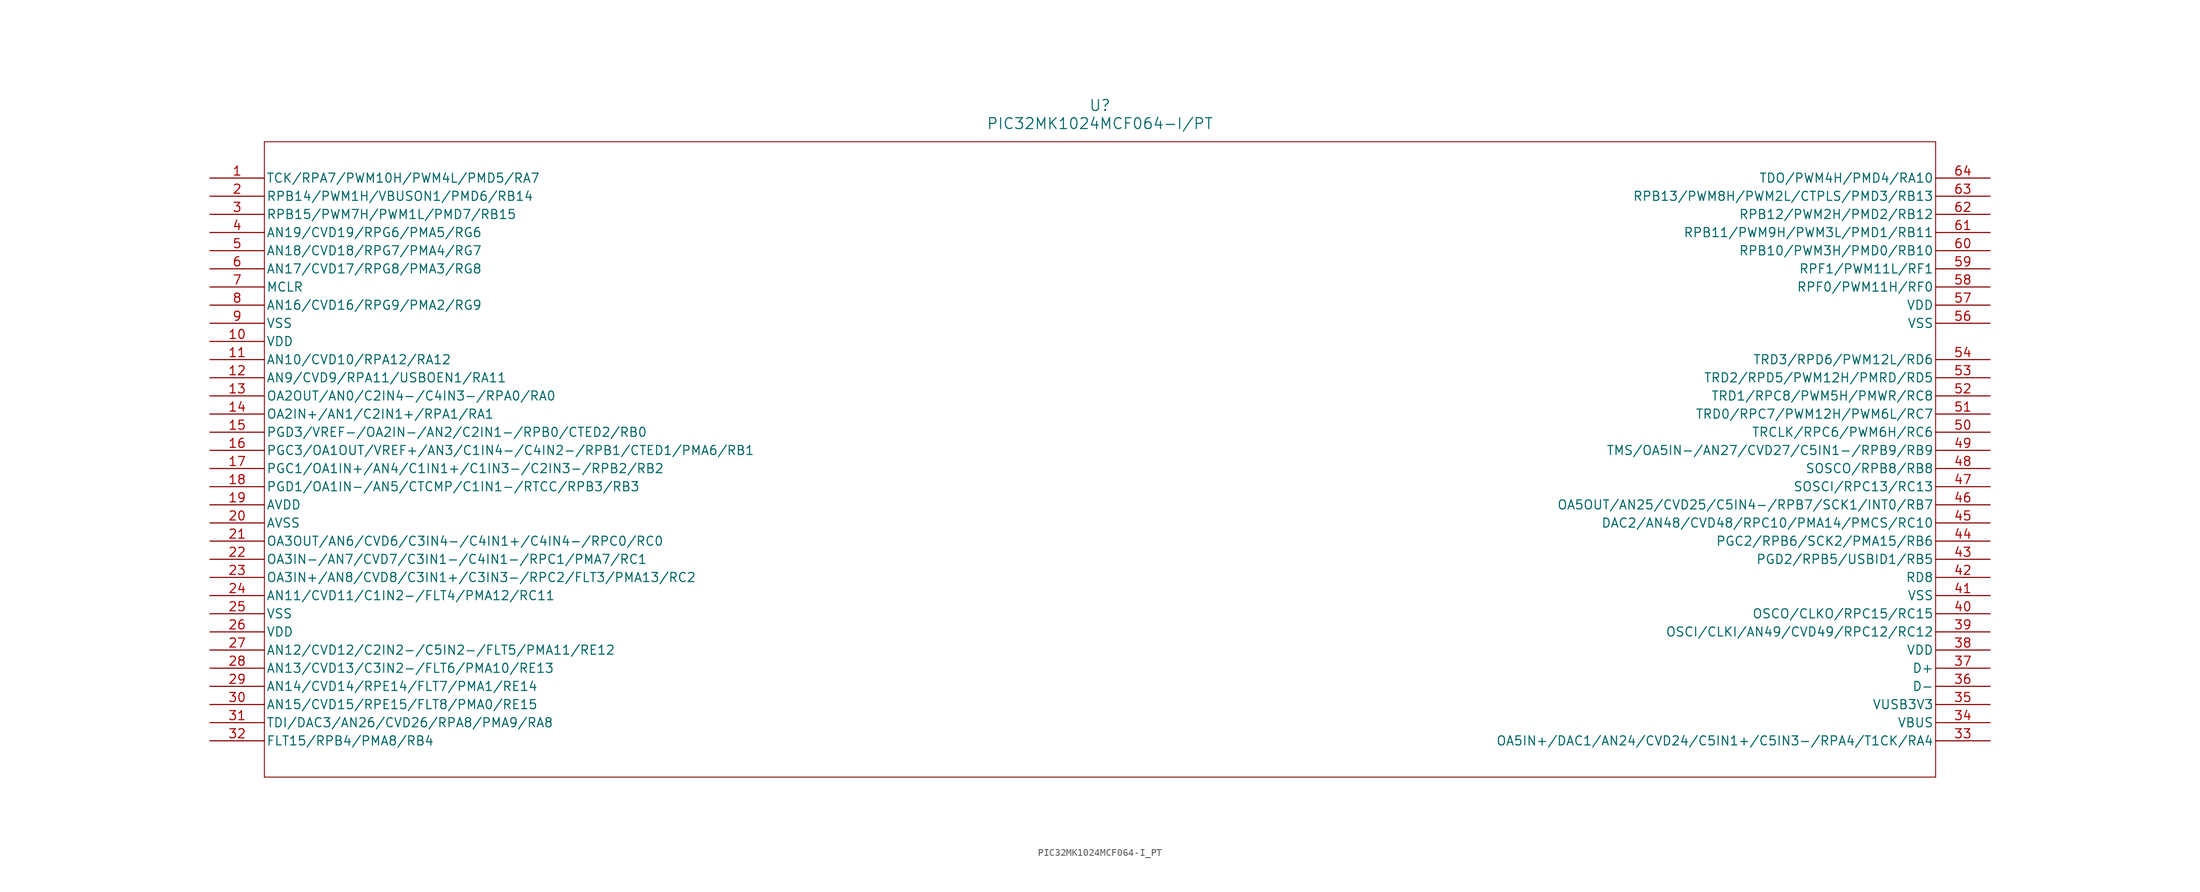
<source format=kicad_sym>
(kicad_symbol_lib
  (version 20211014)
  (generator kicad_symbol_editor)
  (symbol "PIC32MK1024MCF064-I_PT"
    (pin_names
      (offset 0.254))
    (property "Reference" "U"
      (at 124.46 10.16 0)
      (effects (font (size 1.524 1.524))))
    (property "Value" "PIC32MK1024MCF064-I/PT"
      (at 124.46 7.62 0)
      (effects (font (size 1.524 1.524))))
    (symbol "PIC32MK1024MCF064-I_PT_0_1"
      (polyline (pts (xy 7.62 5.08) (xy 7.62 -83.82)) (stroke (width 0.127) (type default) (color 0 0 0 0)) (fill (type none)))
      (polyline (pts (xy 7.62 -83.82) (xy 241.3 -83.82)) (stroke (width 0.127) (type default) (color 0 0 0 0)) (fill (type none)))
      (polyline (pts (xy 241.3 -83.82) (xy 241.3 5.08)) (stroke (width 0.127) (type default) (color 0 0 0 0)) (fill (type none)))
      (polyline (pts (xy 241.3 5.08) (xy 7.62 5.08)) (stroke (width 0.127) (type default) (color 0 0 0 0)) (fill (type none)))
      (pin bidirectional line (at 0 0 0) (length 7.62) (name "TCK/RPA7/PWM10H/PWM4L/PMD5/RA7" (effects (font (size 1.27 1.27)))) (number "1" (effects (font (size 1.27 1.27)))))
      (pin bidirectional line (at 0 -2.54 0) (length 7.62) (name "RPB14/PWM1H/VBUSON1/PMD6/RB14" (effects (font (size 1.27 1.27)))) (number "2" (effects (font (size 1.27 1.27)))))
      (pin bidirectional line (at 0 -5.08 0) (length 7.62) (name "RPB15/PWM7H/PWM1L/PMD7/RB15" (effects (font (size 1.27 1.27)))) (number "3" (effects (font (size 1.27 1.27)))))
      (pin bidirectional line (at 0 -7.62 0) (length 7.62) (name "AN19/CVD19/RPG6/PMA5/RG6" (effects (font (size 1.27 1.27)))) (number "4" (effects (font (size 1.27 1.27)))))
      (pin bidirectional line (at 0 -10.16 0) (length 7.62) (name "AN18/CVD18/RPG7/PMA4/RG7" (effects (font (size 1.27 1.27)))) (number "5" (effects (font (size 1.27 1.27)))))
      (pin bidirectional line (at 0 -12.7 0) (length 7.62) (name "AN17/CVD17/RPG8/PMA3/RG8" (effects (font (size 1.27 1.27)))) (number "6" (effects (font (size 1.27 1.27)))))
      (pin unspecified line (at 0 -15.24 0) (length 7.62) (name "MCLR" (effects (font (size 1.27 1.27)))) (number "7" (effects (font (size 1.27 1.27)))))
      (pin bidirectional line (at 0 -17.78 0) (length 7.62) (name "AN16/CVD16/RPG9/PMA2/RG9" (effects (font (size 1.27 1.27)))) (number "8" (effects (font (size 1.27 1.27)))))
      (pin power_out line (at 0 -20.32 0) (length 7.62) (name "VSS" (effects (font (size 1.27 1.27)))) (number "9" (effects (font (size 1.27 1.27)))))
      (pin power_in line (at 0 -22.86 0) (length 7.62) (name "VDD" (effects (font (size 1.27 1.27)))) (number "10" (effects (font (size 1.27 1.27)))))
      (pin bidirectional line (at 0 -25.4 0) (length 7.62) (name "AN10/CVD10/RPA12/RA12" (effects (font (size 1.27 1.27)))) (number "11" (effects (font (size 1.27 1.27)))))
      (pin bidirectional line (at 0 -27.94 0) (length 7.62) (name "AN9/CVD9/RPA11/USBOEN1/RA11" (effects (font (size 1.27 1.27)))) (number "12" (effects (font (size 1.27 1.27)))))
      (pin input line (at 0 -30.48 0) (length 7.62) (name "OA2OUT/AN0/C2IN4-/C4IN3-/RPA0/RA0" (effects (font (size 1.27 1.27)))) (number "13" (effects (font (size 1.27 1.27)))))
      (pin input line (at 0 -33.02 0) (length 7.62) (name "OA2IN+/AN1/C2IN1+/RPA1/RA1" (effects (font (size 1.27 1.27)))) (number "14" (effects (font (size 1.27 1.27)))))
      (pin input line (at 0 -35.56 0) (length 7.62) (name "PGD3/VREF-/OA2IN-/AN2/C2IN1-/RPB0/CTED2/RB0" (effects (font (size 1.27 1.27)))) (number "15" (effects (font (size 1.27 1.27)))))
      (pin input line (at 0 -38.1 0) (length 7.62) (name "PGC3/OA1OUT/VREF+/AN3/C1IN4-/C4IN2-/RPB1/CTED1/PMA6/RB1" (effects (font (size 1.27 1.27)))) (number "16" (effects (font (size 1.27 1.27)))))
      (pin input line (at 0 -40.64 0) (length 7.62) (name "PGC1/OA1IN+/AN4/C1IN1+/C1IN3-/C2IN3-/RPB2/RB2" (effects (font (size 1.27 1.27)))) (number "17" (effects (font (size 1.27 1.27)))))
      (pin input line (at 0 -43.18 0) (length 7.62) (name "PGD1/OA1IN-/AN5/CTCMP/C1IN1-/RTCC/RPB3/RB3" (effects (font (size 1.27 1.27)))) (number "18" (effects (font (size 1.27 1.27)))))
      (pin power_in line (at 0 -45.72 0) (length 7.62) (name "AVDD" (effects (font (size 1.27 1.27)))) (number "19" (effects (font (size 1.27 1.27)))))
      (pin power_out line (at 0 -48.26 0) (length 7.62) (name "AVSS" (effects (font (size 1.27 1.27)))) (number "20" (effects (font (size 1.27 1.27)))))
      (pin input line (at 0 -50.8 0) (length 7.62) (name "OA3OUT/AN6/CVD6/C3IN4-/C4IN1+/C4IN4-/RPC0/RC0" (effects (font (size 1.27 1.27)))) (number "21" (effects (font (size 1.27 1.27)))))
      (pin input line (at 0 -53.34 0) (length 7.62) (name "OA3IN-/AN7/CVD7/C3IN1-/C4IN1-/RPC1/PMA7/RC1" (effects (font (size 1.27 1.27)))) (number "22" (effects (font (size 1.27 1.27)))))
      (pin input line (at 0 -55.88 0) (length 7.62) (name "OA3IN+/AN8/CVD8/C3IN1+/C3IN3-/RPC2/FLT3/PMA13/RC2" (effects (font (size 1.27 1.27)))) (number "23" (effects (font (size 1.27 1.27)))))
      (pin input line (at 0 -58.42 0) (length 7.62) (name "AN11/CVD11/C1IN2-/FLT4/PMA12/RC11" (effects (font (size 1.27 1.27)))) (number "24" (effects (font (size 1.27 1.27)))))
      (pin power_out line (at 0 -60.96 0) (length 7.62) (name "VSS" (effects (font (size 1.27 1.27)))) (number "25" (effects (font (size 1.27 1.27)))))
      (pin power_in line (at 0 -63.5 0) (length 7.62) (name "VDD" (effects (font (size 1.27 1.27)))) (number "26" (effects (font (size 1.27 1.27)))))
      (pin input line (at 0 -66.04 0) (length 7.62) (name "AN12/CVD12/C2IN2-/C5IN2-/FLT5/PMA11/RE12" (effects (font (size 1.27 1.27)))) (number "27" (effects (font (size 1.27 1.27)))))
      (pin input line (at 0 -68.58 0) (length 7.62) (name "AN13/CVD13/C3IN2-/FLT6/PMA10/RE13" (effects (font (size 1.27 1.27)))) (number "28" (effects (font (size 1.27 1.27)))))
      (pin bidirectional line (at 0 -71.12 0) (length 7.62) (name "AN14/CVD14/RPE14/FLT7/PMA1/RE14" (effects (font (size 1.27 1.27)))) (number "29" (effects (font (size 1.27 1.27)))))
      (pin bidirectional line (at 0 -73.66 0) (length 7.62) (name "AN15/CVD15/RPE15/FLT8/PMA0/RE15" (effects (font (size 1.27 1.27)))) (number "30" (effects (font (size 1.27 1.27)))))
      (pin bidirectional line (at 0 -76.2 0) (length 7.62) (name "TDI/DAC3/AN26/CVD26/RPA8/PMA9/RA8" (effects (font (size 1.27 1.27)))) (number "31" (effects (font (size 1.27 1.27)))))
      (pin unspecified line (at 0 -78.74 0) (length 7.62) (name "FLT15/RPB4/PMA8/RB4" (effects (font (size 1.27 1.27)))) (number "32" (effects (font (size 1.27 1.27)))))
      (pin input line (at 248.92 -78.74 180) (length 7.62) (name "OA5IN+/DAC1/AN24/CVD24/C5IN1+/C5IN3-/RPA4/T1CK/RA4" (effects (font (size 1.27 1.27)))) (number "33" (effects (font (size 1.27 1.27)))))
      (pin unspecified line (at 248.92 -76.2 180) (length 7.62) (name "VBUS" (effects (font (size 1.27 1.27)))) (number "34" (effects (font (size 1.27 1.27)))))
      (pin unspecified line (at 248.92 -73.66 180) (length 7.62) (name "VUSB3V3" (effects (font (size 1.27 1.27)))) (number "35" (effects (font (size 1.27 1.27)))))
      (pin unspecified line (at 248.92 -71.12 180) (length 7.62) (name "D-" (effects (font (size 1.27 1.27)))) (number "36" (effects (font (size 1.27 1.27)))))
      (pin unspecified line (at 248.92 -68.58 180) (length 7.62) (name "D+" (effects (font (size 1.27 1.27)))) (number "37" (effects (font (size 1.27 1.27)))))
      (pin power_in line (at 248.92 -66.04 180) (length 7.62) (name "VDD" (effects (font (size 1.27 1.27)))) (number "38" (effects (font (size 1.27 1.27)))))
      (pin bidirectional line (at 248.92 -63.5 180) (length 7.62) (name "OSCI/CLKI/AN49/CVD49/RPC12/RC12" (effects (font (size 1.27 1.27)))) (number "39" (effects (font (size 1.27 1.27)))))
      (pin unspecified line (at 248.92 -60.96 180) (length 7.62) (name "OSCO/CLKO/RPC15/RC15" (effects (font (size 1.27 1.27)))) (number "40" (effects (font (size 1.27 1.27)))))
      (pin power_out line (at 248.92 -58.42 180) (length 7.62) (name "VSS" (effects (font (size 1.27 1.27)))) (number "41" (effects (font (size 1.27 1.27)))))
      (pin bidirectional line (at 248.92 -55.88 180) (length 7.62) (name "RD8" (effects (font (size 1.27 1.27)))) (number "42" (effects (font (size 1.27 1.27)))))
      (pin bidirectional line (at 248.92 -53.34 180) (length 7.62) (name "PGD2/RPB5/USBID1/RB5" (effects (font (size 1.27 1.27)))) (number "43" (effects (font (size 1.27 1.27)))))
      (pin bidirectional line (at 248.92 -50.8 180) (length 7.62) (name "PGC2/RPB6/SCK2/PMA15/RB6" (effects (font (size 1.27 1.27)))) (number "44" (effects (font (size 1.27 1.27)))))
      (pin bidirectional line (at 248.92 -48.26 180) (length 7.62) (name "DAC2/AN48/CVD48/RPC10/PMA14/PMCS/RC10" (effects (font (size 1.27 1.27)))) (number "45" (effects (font (size 1.27 1.27)))))
      (pin input line (at 248.92 -45.72 180) (length 7.62) (name "OA5OUT/AN25/CVD25/C5IN4-/RPB7/SCK1/INT0/RB7" (effects (font (size 1.27 1.27)))) (number "46" (effects (font (size 1.27 1.27)))))
      (pin unspecified line (at 248.92 -43.18 180) (length 7.62) (name "SOSCI/RPC13/RC13" (effects (font (size 1.27 1.27)))) (number "47" (effects (font (size 1.27 1.27)))))
      (pin unspecified line (at 248.92 -40.64 180) (length 7.62) (name "SOSCO/RPB8/RB8" (effects (font (size 1.27 1.27)))) (number "48" (effects (font (size 1.27 1.27)))))
      (pin input line (at 248.92 -38.1 180) (length 7.62) (name "TMS/OA5IN-/AN27/CVD27/C5IN1-/RPB9/RB9" (effects (font (size 1.27 1.27)))) (number "49" (effects (font (size 1.27 1.27)))))
      (pin unspecified line (at 248.92 -35.56 180) (length 7.62) (name "TRCLK/RPC6/PWM6H/RC6" (effects (font (size 1.27 1.27)))) (number "50" (effects (font (size 1.27 1.27)))))
      (pin bidirectional line (at 248.92 -33.02 180) (length 7.62) (name "TRD0/RPC7/PWM12H/PWM6L/RC7" (effects (font (size 1.27 1.27)))) (number "51" (effects (font (size 1.27 1.27)))))
      (pin bidirectional line (at 248.92 -30.48 180) (length 7.62) (name "TRD1/RPC8/PWM5H/PMWR/RC8" (effects (font (size 1.27 1.27)))) (number "52" (effects (font (size 1.27 1.27)))))
      (pin bidirectional line (at 248.92 -27.94 180) (length 7.62) (name "TRD2/RPD5/PWM12H/PMRD/RD5" (effects (font (size 1.27 1.27)))) (number "53" (effects (font (size 1.27 1.27)))))
      (pin bidirectional line (at 248.92 -25.4 180) (length 7.62) (name "TRD3/RPD6/PWM12L/RD6" (effects (font (size 1.27 1.27)))) (number "54" (effects (font (size 1.27 1.27)))))
      (pin power_out line (at 248.92 -20.32 180) (length 7.62) (name "VSS" (effects (font (size 1.27 1.27)))) (number "56" (effects (font (size 1.27 1.27)))))
      (pin power_in line (at 248.92 -17.78 180) (length 7.62) (name "VDD" (effects (font (size 1.27 1.27)))) (number "57" (effects (font (size 1.27 1.27)))))
      (pin bidirectional line (at 248.92 -15.24 180) (length 7.62) (name "RPF0/PWM11H/RF0" (effects (font (size 1.27 1.27)))) (number "58" (effects (font (size 1.27 1.27)))))
      (pin bidirectional line (at 248.92 -12.7 180) (length 7.62) (name "RPF1/PWM11L/RF1" (effects (font (size 1.27 1.27)))) (number "59" (effects (font (size 1.27 1.27)))))
      (pin bidirectional line (at 248.92 -10.16 180) (length 7.62) (name "RPB10/PWM3H/PMD0/RB10" (effects (font (size 1.27 1.27)))) (number "60" (effects (font (size 1.27 1.27)))))
      (pin bidirectional line (at 248.92 -7.62 180) (length 7.62) (name "RPB11/PWM9H/PWM3L/PMD1/RB11" (effects (font (size 1.27 1.27)))) (number "61" (effects (font (size 1.27 1.27)))))
      (pin bidirectional line (at 248.92 -5.08 180) (length 7.62) (name "RPB12/PWM2H/PMD2/RB12" (effects (font (size 1.27 1.27)))) (number "62" (effects (font (size 1.27 1.27)))))
      (pin bidirectional line (at 248.92 -2.54 180) (length 7.62) (name "RPB13/PWM8H/PWM2L/CTPLS/PMD3/RB13" (effects (font (size 1.27 1.27)))) (number "63" (effects (font (size 1.27 1.27)))))
      (pin bidirectional line (at 248.92 0 180) (length 7.62) (name "TDO/PWM4H/PMD4/RA10" (effects (font (size 1.27 1.27)))) (number "64" (effects (font (size 1.27 1.27))))))))
</source>
